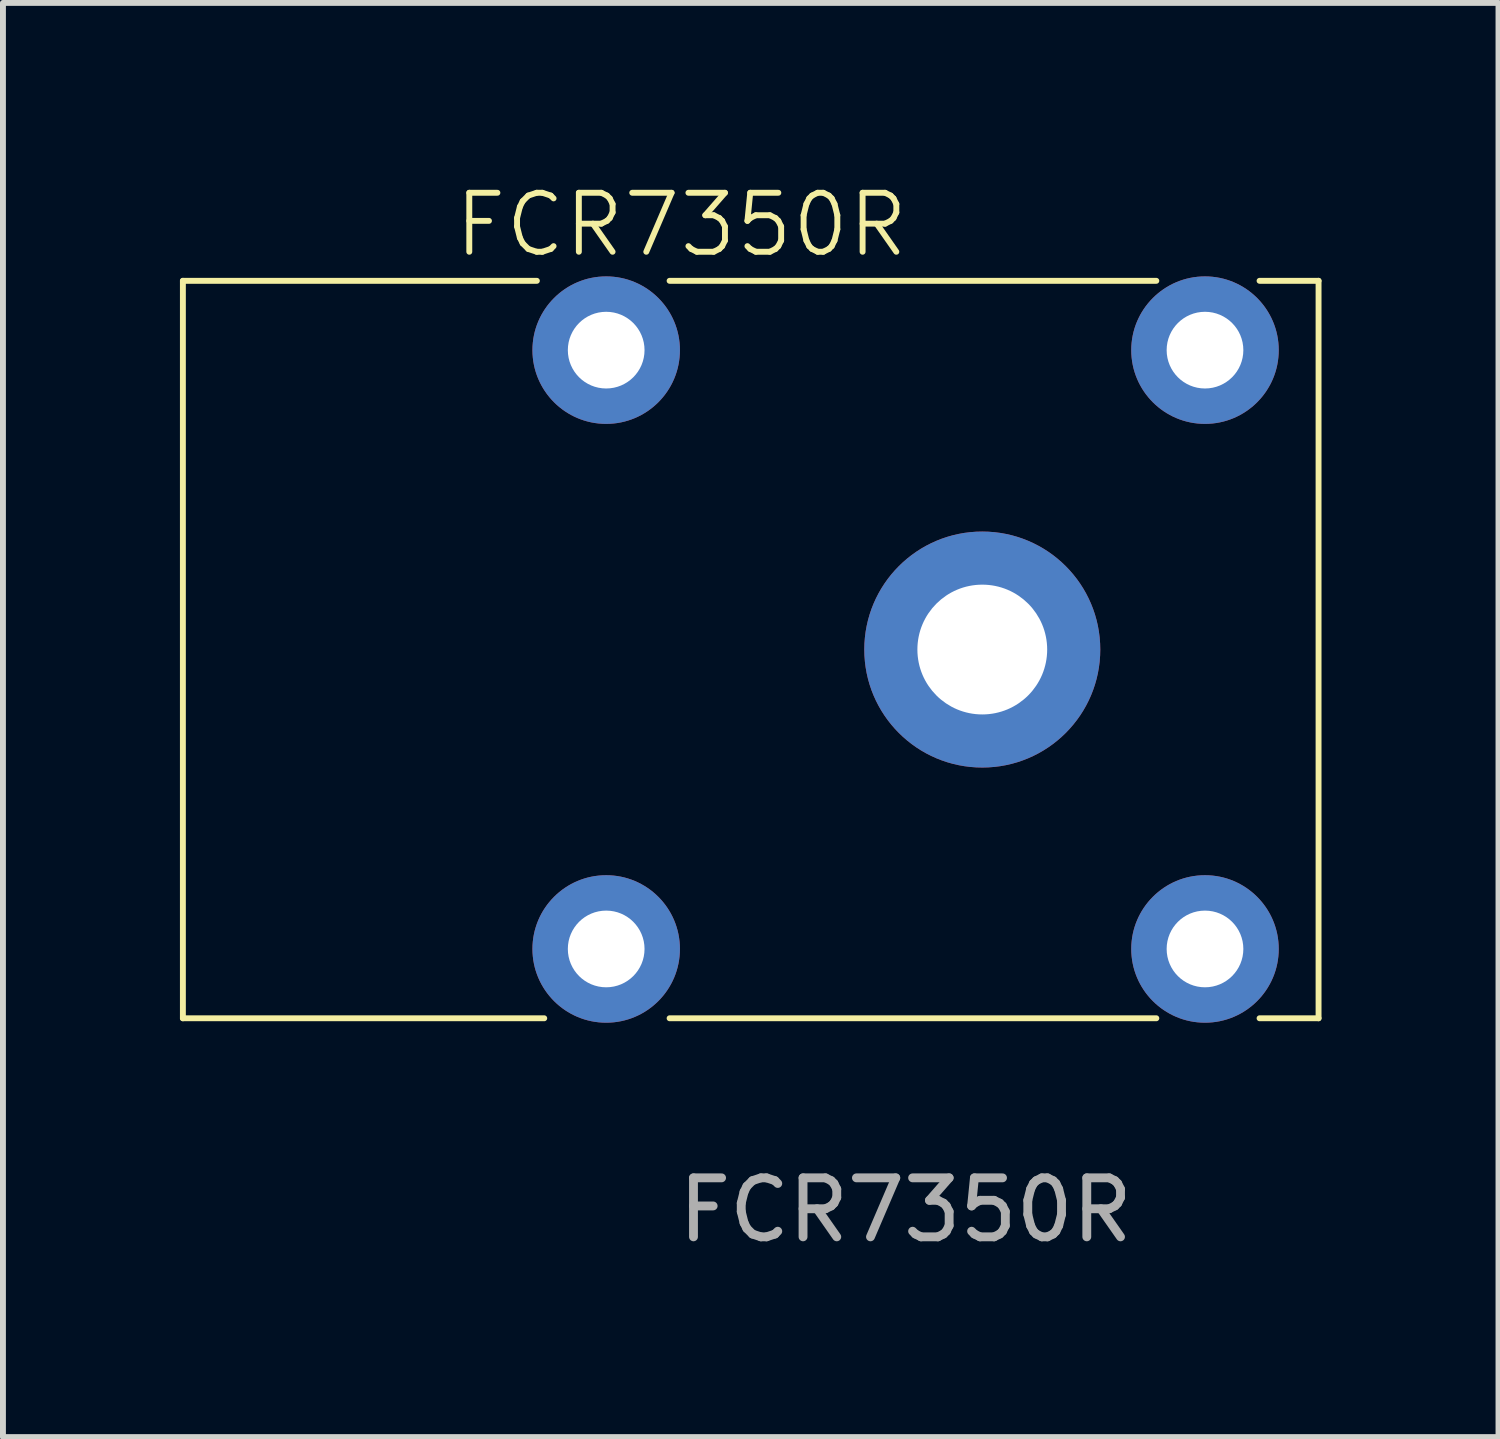
<source format=kicad_pcb>
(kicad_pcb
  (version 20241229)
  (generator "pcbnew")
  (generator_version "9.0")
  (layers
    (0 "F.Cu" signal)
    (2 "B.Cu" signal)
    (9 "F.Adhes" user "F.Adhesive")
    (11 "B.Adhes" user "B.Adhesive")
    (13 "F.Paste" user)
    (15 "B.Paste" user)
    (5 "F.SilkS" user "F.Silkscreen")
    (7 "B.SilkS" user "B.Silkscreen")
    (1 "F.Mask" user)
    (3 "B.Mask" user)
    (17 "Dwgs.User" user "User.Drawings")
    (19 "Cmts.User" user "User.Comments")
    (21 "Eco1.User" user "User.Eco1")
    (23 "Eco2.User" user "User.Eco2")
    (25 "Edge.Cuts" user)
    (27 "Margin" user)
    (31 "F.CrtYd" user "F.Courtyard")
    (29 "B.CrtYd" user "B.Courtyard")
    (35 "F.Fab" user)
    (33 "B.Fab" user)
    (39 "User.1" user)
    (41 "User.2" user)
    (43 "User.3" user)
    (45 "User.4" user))
  (footprint "FCR7350R"
    (layer "F.Cu")
    (at 12.3 7.96)
    (property "Reference" "FCR7350R" (at -3.8 -7.2 0) (unlocked yes) (layer "F.SilkS") (effects (font (size 1 1) (thickness 0.1))))
    (attr through_hole)
    (fp_line (start -12.25 -6.25) (end -12.25 6.25) (stroke (width 0.1) (type default)) (layer "F.SilkS"))
    (fp_line (start -6.25 -6.25) (end -12.25 -6.25) (stroke (width 0.1) (type default)) (layer "F.SilkS"))
    (fp_line (start -6.125 6.25) (end -12.25 6.25) (stroke (width 0.1) (type default)) (layer "F.SilkS"))
    (fp_line (start -4 -6.25) (end 4.25 -6.25) (stroke (width 0.1) (type default)) (layer "F.SilkS"))
    (fp_line (start 4.25 6.25) (end -4 6.25) (stroke (width 0.1) (type default)) (layer "F.SilkS"))
    (fp_line (start 7 -6.25) (end 6 -6.25) (stroke (width 0.1) (type default)) (layer "F.SilkS"))
    (fp_line (start 7 -6.25) (end 7 6.25) (stroke (width 0.1) (type default)) (layer "F.SilkS"))
    (fp_line (start 7 6.25) (end 6 6.25) (stroke (width 0.1) (type default)) (layer "F.SilkS"))
    (fp_text user "${REFERENCE}" (at 0 9.5 0) (unlocked yes) (layer "F.Fab") (effects (font (size 1 1) (thickness 0.15))))
    (pad "1" thru_hole circle (at 1.3 0) (size 4 4) (drill 2.2) (layers "*.Cu" "*.Mask"))
    (pad "MP" thru_hole circle (at -5.075 -5.075) (size 2.5 2.5) (drill 1.3) (layers "*.Cu" "*.Mask"))
    (pad "MP" thru_hole circle (at -5.075 5.075) (size 2.5 2.5) (drill 1.3) (layers "*.Cu" "*.Mask"))
    (pad "MP" thru_hole circle (at 5.075 -5.075) (size 2.5 2.5) (drill 1.3) (layers "*.Cu" "*.Mask"))
    (pad "MP" thru_hole circle (at 5.075 5.075) (size 2.5 2.5) (drill 1.3) (layers "*.Cu" "*.Mask")))
  (gr_rect
    (start -3 -3)
    (end 22.35 21.309)
    (stroke (width 0.1) (type default))
    (fill no)
    (layer "Edge.Cuts")))
</source>
